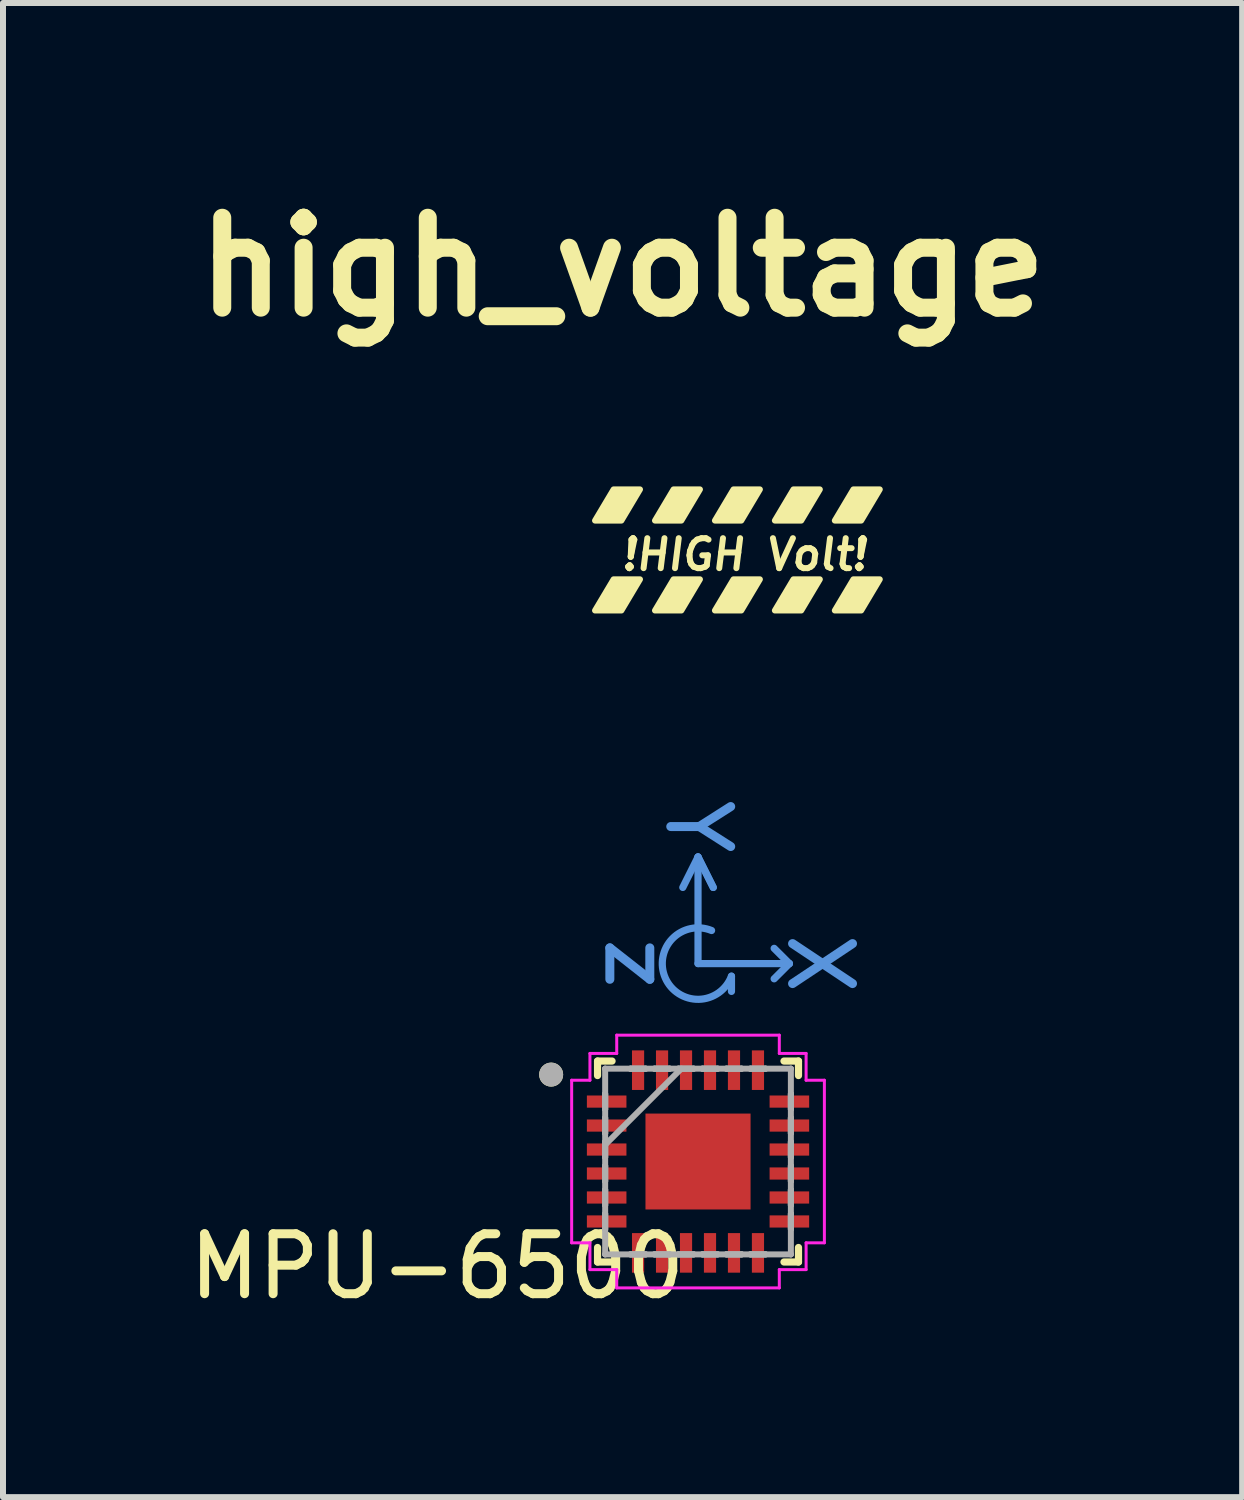
<source format=kicad_pcb>
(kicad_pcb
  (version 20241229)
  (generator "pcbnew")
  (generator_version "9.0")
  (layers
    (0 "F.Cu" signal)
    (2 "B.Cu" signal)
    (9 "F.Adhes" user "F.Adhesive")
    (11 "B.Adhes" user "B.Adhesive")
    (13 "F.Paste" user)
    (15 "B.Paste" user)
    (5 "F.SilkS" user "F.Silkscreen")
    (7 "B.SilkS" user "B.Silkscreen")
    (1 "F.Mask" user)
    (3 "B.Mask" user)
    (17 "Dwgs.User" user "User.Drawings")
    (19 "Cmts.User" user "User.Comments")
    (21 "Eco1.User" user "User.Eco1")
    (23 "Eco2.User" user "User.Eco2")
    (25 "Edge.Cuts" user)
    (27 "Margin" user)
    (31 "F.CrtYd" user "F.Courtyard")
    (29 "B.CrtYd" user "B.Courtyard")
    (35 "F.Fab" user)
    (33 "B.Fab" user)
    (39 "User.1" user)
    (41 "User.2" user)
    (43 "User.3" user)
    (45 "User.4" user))
  (footprint "MPU-6500"
    (layer "F.Cu")
    (at 8.594 16.326)
    (property "Reference" "MPU-6500" (at -4.35 1.75 0) (layer "F.SilkS") (effects (font (size 1 1) (thickness 0.15))))
    (attr smd)
    (fp_line (start -1.676 -1.676) (end -1.676 -1.434) (stroke (width 0.12) (type solid)) (layer "F.SilkS"))
    (fp_line (start -1.676 1.434) (end -1.676 1.676) (stroke (width 0.12) (type solid)) (layer "F.SilkS"))
    (fp_line (start -1.676 1.676) (end -1.434 1.676) (stroke (width 0.12) (type solid)) (layer "F.SilkS"))
    (fp_line (start -1.434 -1.676) (end -1.676 -1.676) (stroke (width 0.12) (type solid)) (layer "F.SilkS"))
    (fp_line (start 1.434 1.676) (end 1.676 1.676) (stroke (width 0.12) (type solid)) (layer "F.SilkS"))
    (fp_line (start 1.676 -1.676) (end 1.434 -1.676) (stroke (width 0.12) (type solid)) (layer "F.SilkS"))
    (fp_line (start 1.676 -1.434) (end 1.676 -1.676) (stroke (width 0.12) (type solid)) (layer "F.SilkS"))
    (fp_line (start 1.676 1.676) (end 1.676 1.434) (stroke (width 0.12) (type solid)) (layer "F.SilkS"))
    (fp_circle (center -2.45 -1.45) (end -2.35 -1.45) (stroke (width 0.2) (type solid)) (fill no) (layer "F.SilkS"))
    (fp_line (start 0 -5.08) (end -0.254 -4.572) (stroke (width 0.12) (type solid)) (layer "Cmts.User"))
    (fp_line (start 0 -5.08) (end 0.254 -4.572) (stroke (width 0.12) (type solid)) (layer "Cmts.User"))
    (fp_line (start 0 -3.302) (end 0 -5.08) (stroke (width 0.12) (type solid)) (layer "Cmts.User"))
    (fp_line (start 0.254 -4.572) (end 0 -5.08) (stroke (width 0.12) (type solid)) (layer "Cmts.User"))
    (fp_line (start 0.558 -3.092) (end 0.558 -2.838) (stroke (width 0.12) (type solid)) (layer "Cmts.User"))
    (fp_line (start 1.524 -3.302) (end 0 -3.302) (stroke (width 0.12) (type solid)) (layer "Cmts.User"))
    (fp_line (start 1.524 -3.302) (end 1.27 -3.556) (stroke (width 0.12) (type solid)) (layer "Cmts.User"))
    (fp_line (start 1.524 -3.302) (end 1.27 -3.048) (stroke (width 0.12) (type solid)) (layer "Cmts.User"))
    (fp_arc (start 0.557951 -3.091695) (mid -0.546707 -3.063989) (end 0.226213 -3.853694) (stroke (width 0.12) (type solid)) (layer "Cmts.User"))
    (fp_line (start -2.108 -1.356) (end -1.803 -1.356) (stroke (width 0.05) (type solid)) (layer "F.CrtYd"))
    (fp_line (start -2.108 1.356) (end -2.108 -1.356) (stroke (width 0.05) (type solid)) (layer "F.CrtYd"))
    (fp_line (start -1.803 -1.803) (end -1.356 -1.803) (stroke (width 0.05) (type solid)) (layer "F.CrtYd"))
    (fp_line (start -1.803 -1.356) (end -1.803 -1.803) (stroke (width 0.05) (type solid)) (layer "F.CrtYd"))
    (fp_line (start -1.803 1.356) (end -2.108 1.356) (stroke (width 0.05) (type solid)) (layer "F.CrtYd"))
    (fp_line (start -1.803 1.803) (end -1.803 1.356) (stroke (width 0.05) (type solid)) (layer "F.CrtYd"))
    (fp_line (start -1.356 -2.108) (end 1.356 -2.108) (stroke (width 0.05) (type solid)) (layer "F.CrtYd"))
    (fp_line (start -1.356 -1.803) (end -1.356 -2.108) (stroke (width 0.05) (type solid)) (layer "F.CrtYd"))
    (fp_line (start -1.356 1.803) (end -1.803 1.803) (stroke (width 0.05) (type solid)) (layer "F.CrtYd"))
    (fp_line (start -1.356 2.108) (end -1.356 1.803) (stroke (width 0.05) (type solid)) (layer "F.CrtYd"))
    (fp_line (start 1.356 -2.108) (end 1.356 -1.803) (stroke (width 0.05) (type solid)) (layer "F.CrtYd"))
    (fp_line (start 1.356 -1.803) (end 1.803 -1.803) (stroke (width 0.05) (type solid)) (layer "F.CrtYd"))
    (fp_line (start 1.356 1.803) (end 1.356 2.108) (stroke (width 0.05) (type solid)) (layer "F.CrtYd"))
    (fp_line (start 1.356 2.108) (end -1.356 2.108) (stroke (width 0.05) (type solid)) (layer "F.CrtYd"))
    (fp_line (start 1.803 -1.803) (end 1.803 -1.356) (stroke (width 0.05) (type solid)) (layer "F.CrtYd"))
    (fp_line (start 1.803 -1.356) (end 2.108 -1.356) (stroke (width 0.05) (type solid)) (layer "F.CrtYd"))
    (fp_line (start 1.803 1.356) (end 1.803 1.803) (stroke (width 0.05) (type solid)) (layer "F.CrtYd"))
    (fp_line (start 1.803 1.803) (end 1.356 1.803) (stroke (width 0.05) (type solid)) (layer "F.CrtYd"))
    (fp_line (start 2.108 -1.356) (end 2.108 1.356) (stroke (width 0.05) (type solid)) (layer "F.CrtYd"))
    (fp_line (start 2.108 1.356) (end 1.803 1.356) (stroke (width 0.05) (type solid)) (layer "F.CrtYd"))
    (fp_line (start -1.549 -1.549) (end -1.549 -1.549) (stroke (width 0.1) (type solid)) (layer "F.Fab"))
    (fp_line (start -1.549 -1.549) (end -1.549 1.549) (stroke (width 0.1) (type solid)) (layer "F.Fab"))
    (fp_line (start -1.549 -1.127) (end -1.549 -1.127) (stroke (width 0.1) (type solid)) (layer "F.Fab"))
    (fp_line (start -1.549 -1.127) (end -1.549 -0.873) (stroke (width 0.1) (type solid)) (layer "F.Fab"))
    (fp_line (start -1.549 -0.873) (end -1.549 -1.127) (stroke (width 0.1) (type solid)) (layer "F.Fab"))
    (fp_line (start -1.549 -0.873) (end -1.549 -0.873) (stroke (width 0.1) (type solid)) (layer "F.Fab"))
    (fp_line (start -1.549 -0.727) (end -1.549 -0.727) (stroke (width 0.1) (type solid)) (layer "F.Fab"))
    (fp_line (start -1.549 -0.727) (end -1.549 -0.473) (stroke (width 0.1) (type solid)) (layer "F.Fab"))
    (fp_line (start -1.549 -0.473) (end -1.549 -0.727) (stroke (width 0.1) (type solid)) (layer "F.Fab"))
    (fp_line (start -1.549 -0.473) (end -1.549 -0.473) (stroke (width 0.1) (type solid)) (layer "F.Fab"))
    (fp_line (start -1.549 -0.327) (end -1.549 -0.327) (stroke (width 0.1) (type solid)) (layer "F.Fab"))
    (fp_line (start -1.549 -0.327) (end -1.549 -0.073) (stroke (width 0.1) (type solid)) (layer "F.Fab"))
    (fp_line (start -1.549 -0.279) (end -0.279 -1.549) (stroke (width 0.1) (type solid)) (layer "F.Fab"))
    (fp_line (start -1.549 -0.073) (end -1.549 -0.327) (stroke (width 0.1) (type solid)) (layer "F.Fab"))
    (fp_line (start -1.549 -0.073) (end -1.549 -0.073) (stroke (width 0.1) (type solid)) (layer "F.Fab"))
    (fp_line (start -1.549 0.073) (end -1.549 0.073) (stroke (width 0.1) (type solid)) (layer "F.Fab"))
    (fp_line (start -1.549 0.073) (end -1.549 0.327) (stroke (width 0.1) (type solid)) (layer "F.Fab"))
    (fp_line (start -1.549 0.327) (end -1.549 0.073) (stroke (width 0.1) (type solid)) (layer "F.Fab"))
    (fp_line (start -1.549 0.327) (end -1.549 0.327) (stroke (width 0.1) (type solid)) (layer "F.Fab"))
    (fp_line (start -1.549 0.473) (end -1.549 0.473) (stroke (width 0.1) (type solid)) (layer "F.Fab"))
    (fp_line (start -1.549 0.473) (end -1.549 0.727) (stroke (width 0.1) (type solid)) (layer "F.Fab"))
    (fp_line (start -1.549 0.727) (end -1.549 0.473) (stroke (width 0.1) (type solid)) (layer "F.Fab"))
    (fp_line (start -1.549 0.727) (end -1.549 0.727) (stroke (width 0.1) (type solid)) (layer "F.Fab"))
    (fp_line (start -1.549 0.873) (end -1.549 0.873) (stroke (width 0.1) (type solid)) (layer "F.Fab"))
    (fp_line (start -1.549 0.873) (end -1.549 1.127) (stroke (width 0.1) (type solid)) (layer "F.Fab"))
    (fp_line (start -1.549 1.127) (end -1.549 0.873) (stroke (width 0.1) (type solid)) (layer "F.Fab"))
    (fp_line (start -1.549 1.127) (end -1.549 1.127) (stroke (width 0.1) (type solid)) (layer "F.Fab"))
    (fp_line (start -1.549 1.549) (end -1.549 1.549) (stroke (width 0.1) (type solid)) (layer "F.Fab"))
    (fp_line (start -1.549 1.549) (end 1.549 1.549) (stroke (width 0.1) (type solid)) (layer "F.Fab"))
    (fp_line (start -1.127 -1.549) (end -1.127 -1.549) (stroke (width 0.1) (type solid)) (layer "F.Fab"))
    (fp_line (start -1.127 -1.549) (end -0.873 -1.549) (stroke (width 0.1) (type solid)) (layer "F.Fab"))
    (fp_line (start -1.127 1.549) (end -1.127 1.549) (stroke (width 0.1) (type solid)) (layer "F.Fab"))
    (fp_line (start -1.127 1.549) (end -0.873 1.549) (stroke (width 0.1) (type solid)) (layer "F.Fab"))
    (fp_line (start -0.873 -1.549) (end -1.127 -1.549) (stroke (width 0.1) (type solid)) (layer "F.Fab"))
    (fp_line (start -0.873 -1.549) (end -0.873 -1.549) (stroke (width 0.1) (type solid)) (layer "F.Fab"))
    (fp_line (start -0.873 1.549) (end -1.127 1.549) (stroke (width 0.1) (type solid)) (layer "F.Fab"))
    (fp_line (start -0.873 1.549) (end -0.873 1.549) (stroke (width 0.1) (type solid)) (layer "F.Fab"))
    (fp_line (start -0.727 -1.549) (end -0.727 -1.549) (stroke (width 0.1) (type solid)) (layer "F.Fab"))
    (fp_line (start -0.727 -1.549) (end -0.473 -1.549) (stroke (width 0.1) (type solid)) (layer "F.Fab"))
    (fp_line (start -0.727 1.549) (end -0.727 1.549) (stroke (width 0.1) (type solid)) (layer "F.Fab"))
    (fp_line (start -0.727 1.549) (end -0.473 1.549) (stroke (width 0.1) (type solid)) (layer "F.Fab"))
    (fp_line (start -0.473 -1.549) (end -0.727 -1.549) (stroke (width 0.1) (type solid)) (layer "F.Fab"))
    (fp_line (start -0.473 -1.549) (end -0.473 -1.549) (stroke (width 0.1) (type solid)) (layer "F.Fab"))
    (fp_line (start -0.473 1.549) (end -0.727 1.549) (stroke (width 0.1) (type solid)) (layer "F.Fab"))
    (fp_line (start -0.473 1.549) (end -0.473 1.549) (stroke (width 0.1) (type solid)) (layer "F.Fab"))
    (fp_line (start -0.327 -1.549) (end -0.327 -1.549) (stroke (width 0.1) (type solid)) (layer "F.Fab"))
    (fp_line (start -0.327 -1.549) (end -0.073 -1.549) (stroke (width 0.1) (type solid)) (layer "F.Fab"))
    (fp_line (start -0.327 1.549) (end -0.327 1.549) (stroke (width 0.1) (type solid)) (layer "F.Fab"))
    (fp_line (start -0.327 1.549) (end -0.073 1.549) (stroke (width 0.1) (type solid)) (layer "F.Fab"))
    (fp_line (start -0.073 -1.549) (end -0.327 -1.549) (stroke (width 0.1) (type solid)) (layer "F.Fab"))
    (fp_line (start -0.073 -1.549) (end -0.073 -1.549) (stroke (width 0.1) (type solid)) (layer "F.Fab"))
    (fp_line (start -0.073 1.549) (end -0.327 1.549) (stroke (width 0.1) (type solid)) (layer "F.Fab"))
    (fp_line (start -0.073 1.549) (end -0.073 1.549) (stroke (width 0.1) (type solid)) (layer "F.Fab"))
    (fp_line (start 0.073 -1.549) (end 0.073 -1.549) (stroke (width 0.1) (type solid)) (layer "F.Fab"))
    (fp_line (start 0.073 -1.549) (end 0.327 -1.549) (stroke (width 0.1) (type solid)) (layer "F.Fab"))
    (fp_line (start 0.073 1.549) (end 0.073 1.549) (stroke (width 0.1) (type solid)) (layer "F.Fab"))
    (fp_line (start 0.073 1.549) (end 0.327 1.549) (stroke (width 0.1) (type solid)) (layer "F.Fab"))
    (fp_line (start 0.327 -1.549) (end 0.073 -1.549) (stroke (width 0.1) (type solid)) (layer "F.Fab"))
    (fp_line (start 0.327 -1.549) (end 0.327 -1.549) (stroke (width 0.1) (type solid)) (layer "F.Fab"))
    (fp_line (start 0.327 1.549) (end 0.073 1.549) (stroke (width 0.1) (type solid)) (layer "F.Fab"))
    (fp_line (start 0.327 1.549) (end 0.327 1.549) (stroke (width 0.1) (type solid)) (layer "F.Fab"))
    (fp_line (start 0.473 -1.549) (end 0.473 -1.549) (stroke (width 0.1) (type solid)) (layer "F.Fab"))
    (fp_line (start 0.473 -1.549) (end 0.727 -1.549) (stroke (width 0.1) (type solid)) (layer "F.Fab"))
    (fp_line (start 0.473 1.549) (end 0.473 1.549) (stroke (width 0.1) (type solid)) (layer "F.Fab"))
    (fp_line (start 0.473 1.549) (end 0.727 1.549) (stroke (width 0.1) (type solid)) (layer "F.Fab"))
    (fp_line (start 0.727 -1.549) (end 0.473 -1.549) (stroke (width 0.1) (type solid)) (layer "F.Fab"))
    (fp_line (start 0.727 -1.549) (end 0.727 -1.549) (stroke (width 0.1) (type solid)) (layer "F.Fab"))
    (fp_line (start 0.727 1.549) (end 0.473 1.549) (stroke (width 0.1) (type solid)) (layer "F.Fab"))
    (fp_line (start 0.727 1.549) (end 0.727 1.549) (stroke (width 0.1) (type solid)) (layer "F.Fab"))
    (fp_line (start 0.873 -1.549) (end 0.873 -1.549) (stroke (width 0.1) (type solid)) (layer "F.Fab"))
    (fp_line (start 0.873 -1.549) (end 1.127 -1.549) (stroke (width 0.1) (type solid)) (layer "F.Fab"))
    (fp_line (start 0.873 1.549) (end 0.873 1.549) (stroke (width 0.1) (type solid)) (layer "F.Fab"))
    (fp_line (start 0.873 1.549) (end 1.127 1.549) (stroke (width 0.1) (type solid)) (layer "F.Fab"))
    (fp_line (start 1.127 -1.549) (end 0.873 -1.549) (stroke (width 0.1) (type solid)) (layer "F.Fab"))
    (fp_line (start 1.127 -1.549) (end 1.127 -1.549) (stroke (width 0.1) (type solid)) (layer "F.Fab"))
    (fp_line (start 1.127 1.549) (end 0.873 1.549) (stroke (width 0.1) (type solid)) (layer "F.Fab"))
    (fp_line (start 1.127 1.549) (end 1.127 1.549) (stroke (width 0.1) (type solid)) (layer "F.Fab"))
    (fp_line (start 1.549 -1.549) (end -1.549 -1.549) (stroke (width 0.1) (type solid)) (layer "F.Fab"))
    (fp_line (start 1.549 -1.549) (end 1.549 -1.549) (stroke (width 0.1) (type solid)) (layer "F.Fab"))
    (fp_line (start 1.549 -1.127) (end 1.549 -1.127) (stroke (width 0.1) (type solid)) (layer "F.Fab"))
    (fp_line (start 1.549 -1.127) (end 1.549 -0.873) (stroke (width 0.1) (type solid)) (layer "F.Fab"))
    (fp_line (start 1.549 -0.873) (end 1.549 -1.127) (stroke (width 0.1) (type solid)) (layer "F.Fab"))
    (fp_line (start 1.549 -0.873) (end 1.549 -0.873) (stroke (width 0.1) (type solid)) (layer "F.Fab"))
    (fp_line (start 1.549 -0.727) (end 1.549 -0.727) (stroke (width 0.1) (type solid)) (layer "F.Fab"))
    (fp_line (start 1.549 -0.727) (end 1.549 -0.473) (stroke (width 0.1) (type solid)) (layer "F.Fab"))
    (fp_line (start 1.549 -0.473) (end 1.549 -0.727) (stroke (width 0.1) (type solid)) (layer "F.Fab"))
    (fp_line (start 1.549 -0.473) (end 1.549 -0.473) (stroke (width 0.1) (type solid)) (layer "F.Fab"))
    (fp_line (start 1.549 -0.327) (end 1.549 -0.327) (stroke (width 0.1) (type solid)) (layer "F.Fab"))
    (fp_line (start 1.549 -0.327) (end 1.549 -0.073) (stroke (width 0.1) (type solid)) (layer "F.Fab"))
    (fp_line (start 1.549 -0.073) (end 1.549 -0.327) (stroke (width 0.1) (type solid)) (layer "F.Fab"))
    (fp_line (start 1.549 -0.073) (end 1.549 -0.073) (stroke (width 0.1) (type solid)) (layer "F.Fab"))
    (fp_line (start 1.549 0.073) (end 1.549 0.073) (stroke (width 0.1) (type solid)) (layer "F.Fab"))
    (fp_line (start 1.549 0.073) (end 1.549 0.327) (stroke (width 0.1) (type solid)) (layer "F.Fab"))
    (fp_line (start 1.549 0.327) (end 1.549 0.073) (stroke (width 0.1) (type solid)) (layer "F.Fab"))
    (fp_line (start 1.549 0.327) (end 1.549 0.327) (stroke (width 0.1) (type solid)) (layer "F.Fab"))
    (fp_line (start 1.549 0.473) (end 1.549 0.473) (stroke (width 0.1) (type solid)) (layer "F.Fab"))
    (fp_line (start 1.549 0.473) (end 1.549 0.727) (stroke (width 0.1) (type solid)) (layer "F.Fab"))
    (fp_line (start 1.549 0.727) (end 1.549 0.473) (stroke (width 0.1) (type solid)) (layer "F.Fab"))
    (fp_line (start 1.549 0.727) (end 1.549 0.727) (stroke (width 0.1) (type solid)) (layer "F.Fab"))
    (fp_line (start 1.549 0.873) (end 1.549 0.873) (stroke (width 0.1) (type solid)) (layer "F.Fab"))
    (fp_line (start 1.549 0.873) (end 1.549 1.127) (stroke (width 0.1) (type solid)) (layer "F.Fab"))
    (fp_line (start 1.549 1.127) (end 1.549 0.873) (stroke (width 0.1) (type solid)) (layer "F.Fab"))
    (fp_line (start 1.549 1.127) (end 1.549 1.127) (stroke (width 0.1) (type solid)) (layer "F.Fab"))
    (fp_line (start 1.549 1.549) (end 1.549 -1.549) (stroke (width 0.1) (type solid)) (layer "F.Fab"))
    (fp_line (start 1.549 1.549) (end 1.549 1.549) (stroke (width 0.1) (type solid)) (layer "F.Fab"))
    (fp_circle (center -2.45 -1.45) (end -2.35 -1.45) (stroke (width 0.2) (type solid)) (fill no) (layer "F.Fab"))
    (fp_text user "z" (at -1.016 -3.302 270) (unlocked yes) (layer "Cmts.User") (effects (font (size 1 1) (thickness 0.15))))
    (fp_text user "Y" (at 0 -5.588 270) (unlocked yes) (layer "Cmts.User") (effects (font (size 1 1) (thickness 0.15))))
    (fp_text user "X" (at 2.032 -3.302 270) (unlocked yes) (layer "Cmts.User") (effects (font (size 1 1) (thickness 0.15))))
    (pad "1" smd rect (at -1.524 -1 90) (size 0.203 0.66) (layers "F.Cu" "F.Mask" "F.Paste"))
    (pad "2" smd rect (at -1.524 -0.6 90) (size 0.203 0.66) (layers "F.Cu" "F.Mask" "F.Paste"))
    (pad "3" smd rect (at -1.524 -0.2 90) (size 0.203 0.66) (layers "F.Cu" "F.Mask" "F.Paste"))
    (pad "4" smd rect (at -1.524 0.2 90) (size 0.203 0.66) (layers "F.Cu" "F.Mask" "F.Paste"))
    (pad "5" smd rect (at -1.524 0.6 90) (size 0.203 0.66) (layers "F.Cu" "F.Mask" "F.Paste"))
    (pad "6" smd rect (at -1.524 1 90) (size 0.203 0.66) (layers "F.Cu" "F.Mask" "F.Paste"))
    (pad "7" smd rect (at -1 1.524) (size 0.203 0.66) (layers "F.Cu" "F.Mask" "F.Paste"))
    (pad "8" smd rect (at -0.6 1.524) (size 0.203 0.66) (layers "F.Cu" "F.Mask" "F.Paste"))
    (pad "9" smd rect (at -0.2 1.524) (size 0.203 0.66) (layers "F.Cu" "F.Mask" "F.Paste"))
    (pad "10" smd rect (at 0.2 1.524) (size 0.203 0.66) (layers "F.Cu" "F.Mask" "F.Paste"))
    (pad "11" smd rect (at 0.6 1.524) (size 0.203 0.66) (layers "F.Cu" "F.Mask" "F.Paste"))
    (pad "12" smd rect (at 1 1.524) (size 0.203 0.66) (layers "F.Cu" "F.Mask" "F.Paste"))
    (pad "13" smd rect (at 1.524 1 90) (size 0.203 0.66) (layers "F.Cu" "F.Mask" "F.Paste"))
    (pad "14" smd rect (at 1.524 0.6 90) (size 0.203 0.66) (layers "F.Cu" "F.Mask" "F.Paste"))
    (pad "15" smd rect (at 1.524 0.2 90) (size 0.203 0.66) (layers "F.Cu" "F.Mask" "F.Paste"))
    (pad "16" smd rect (at 1.524 -0.2 90) (size 0.203 0.66) (layers "F.Cu" "F.Mask" "F.Paste"))
    (pad "17" smd rect (at 1.524 -0.6 90) (size 0.203 0.66) (layers "F.Cu" "F.Mask" "F.Paste"))
    (pad "18" smd rect (at 1.524 -1 90) (size 0.203 0.66) (layers "F.Cu" "F.Mask" "F.Paste"))
    (pad "19" smd rect (at 1 -1.524) (size 0.203 0.66) (layers "F.Cu" "F.Mask" "F.Paste"))
    (pad "20" smd rect (at 0.6 -1.524) (size 0.203 0.66) (layers "F.Cu" "F.Mask" "F.Paste"))
    (pad "21" smd rect (at 0.2 -1.524) (size 0.203 0.66) (layers "F.Cu" "F.Mask" "F.Paste"))
    (pad "22" smd rect (at -0.2 -1.524) (size 0.203 0.66) (layers "F.Cu" "F.Mask" "F.Paste"))
    (pad "23" smd rect (at -0.6 -1.524) (size 0.203 0.66) (layers "F.Cu" "F.Mask" "F.Paste"))
    (pad "24" smd rect (at -1 -1.524) (size 0.203 0.66) (layers "F.Cu" "F.Mask" "F.Paste"))
    (pad "25" smd rect (at 0 0) (size 1.753 1.6) (layers "F.Cu" "F.Mask" "F.Paste")))
  (footprint "high_voltage"
    (layer "F.Cu")
    (at 7.456 5.944)
    (property "Reference" "high_voltage" (at -0.12 -4.54 0) (layer "F.SilkS") (effects (font (size 1.5 1.5) (thickness 0.3))))
    (attr board_only exclude_from_pos_files exclude_from_bom)
    (fp_poly (pts (xy -0.14 -0.31) (xy -0.58 -0.31) (xy -0.27 -0.83) (xy 0.17 -0.83)) (stroke (width 0.1) (type solid)) (fill yes) (layer "F.SilkS"))
    (fp_poly (pts (xy -0.14 1.19) (xy -0.58 1.19) (xy -0.27 0.67) (xy 0.17 0.67)) (stroke (width 0.1) (type solid)) (fill yes) (layer "F.SilkS"))
    (fp_poly (pts (xy 0.86 -0.31) (xy 0.42 -0.31) (xy 0.73 -0.83) (xy 1.17 -0.83)) (stroke (width 0.1) (type solid)) (fill yes) (layer "F.SilkS"))
    (fp_poly (pts (xy 0.86 1.19) (xy 0.42 1.19) (xy 0.73 0.67) (xy 1.17 0.67)) (stroke (width 0.1) (type solid)) (fill yes) (layer "F.SilkS"))
    (fp_poly (pts (xy 1.86 -0.31) (xy 1.42 -0.31) (xy 1.73 -0.83) (xy 2.17 -0.83)) (stroke (width 0.1) (type solid)) (fill yes) (layer "F.SilkS"))
    (fp_poly (pts (xy 1.86 1.19) (xy 1.42 1.19) (xy 1.73 0.67) (xy 2.17 0.67)) (stroke (width 0.1) (type solid)) (fill yes) (layer "F.SilkS"))
    (fp_poly (pts (xy 2.86 -0.31) (xy 2.42 -0.31) (xy 2.73 -0.83) (xy 3.17 -0.83)) (stroke (width 0.1) (type solid)) (fill yes) (layer "F.SilkS"))
    (fp_poly (pts (xy 2.86 1.19) (xy 2.42 1.19) (xy 2.73 0.67) (xy 3.17 0.67)) (stroke (width 0.1) (type solid)) (fill yes) (layer "F.SilkS"))
    (fp_poly (pts (xy 3.86 -0.31) (xy 3.42 -0.31) (xy 3.73 -0.83) (xy 4.17 -0.83)) (stroke (width 0.1) (type solid)) (fill yes) (layer "F.SilkS"))
    (fp_poly (pts (xy 3.86 1.19) (xy 3.42 1.19) (xy 3.73 0.67) (xy 4.17 0.67)) (stroke (width 0.1) (type solid)) (fill yes) (layer "F.SilkS"))
    (fp_text user "!HIGH Volt!" (at -0.19 0.55 0) (unlocked yes) (layer "F.SilkS") (effects (font (size 0.5 0.5) (thickness 0.1) (bold yes) (italic yes)) (justify left bottom))))
  (gr_rect
    (start -3 -3)
    (end 17.671 21.924)
    (stroke (width 0.1) (type default))
    (fill no)
    (layer "Edge.Cuts")))
</source>
